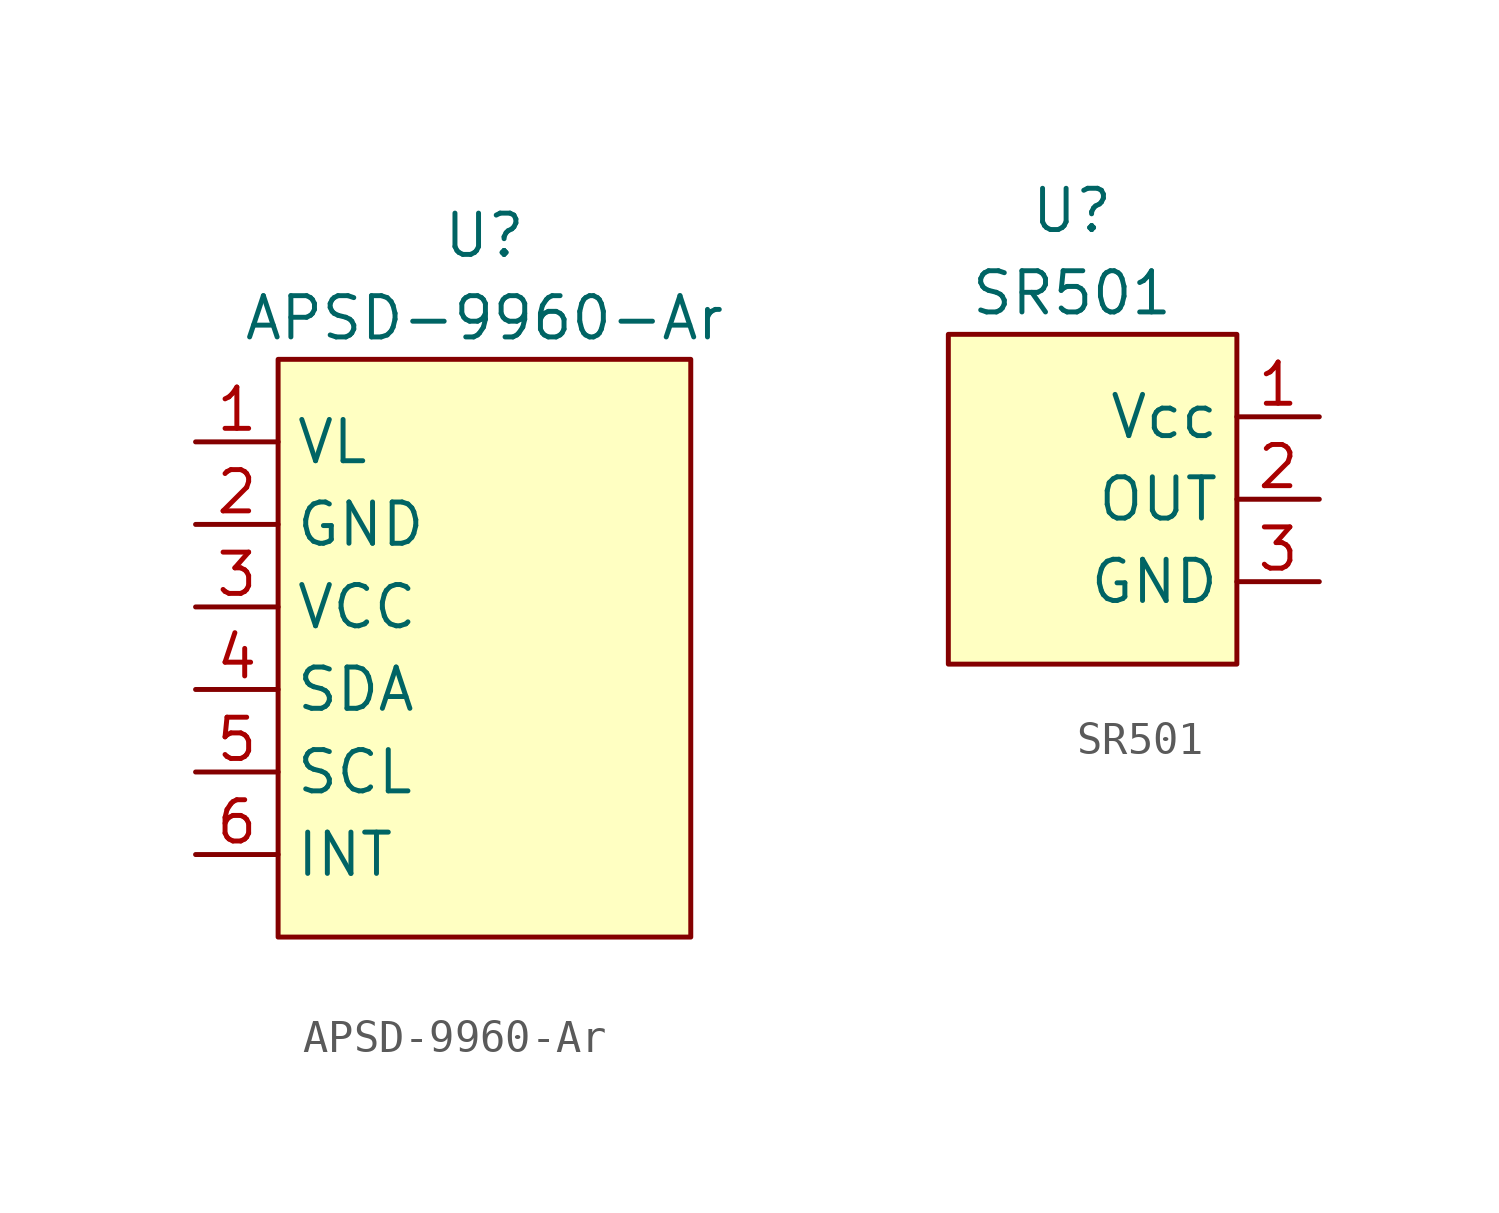
<source format=kicad_sym>
(kicad_symbol_lib
  (version 20211014)
  (generator kicad_symbol_editor)
  (symbol "APSD-9960-Ar"
    (property "Reference" "U"
      (at 0 0 0)
      (effects (font (size 1.27 1.27))))
    (property "Value" "APSD-9960-Ar"
      (at 0 -2.54 0)
      (effects (font (size 1.27 1.27))))
    (symbol "APSD-9960-Ar_0_1"
      (rectangle (start -6.35 -21.59) (end 6.35 -3.81) (stroke (width 0) (type default) (color 0 0 0 0)) (fill (type background))))
    (symbol "APSD-9960-Ar_1_1"
      (pin input line (at -8.89 -6.35 0) (length 2.54) (name "VL" (effects (font (size 1.27 1.27)))) (number "1" (effects (font (size 1.27 1.27)))))
      (pin input line (at -8.89 -8.89 0) (length 2.54) (name "GND" (effects (font (size 1.27 1.27)))) (number "2" (effects (font (size 1.27 1.27)))))
      (pin input line (at -8.89 -11.43 0) (length 2.54) (name "VCC" (effects (font (size 1.27 1.27)))) (number "3" (effects (font (size 1.27 1.27)))))
      (pin input line (at -8.89 -13.97 0) (length 2.54) (name "SDA" (effects (font (size 1.27 1.27)))) (number "4" (effects (font (size 1.27 1.27)))))
      (pin input line (at -8.89 -16.51 0) (length 2.54) (name "SCL" (effects (font (size 1.27 1.27)))) (number "5" (effects (font (size 1.27 1.27)))))
      (pin input line (at -8.89 -19.05 0) (length 2.54) (name "INT" (effects (font (size 1.27 1.27)))) (number "6" (effects (font (size 1.27 1.27)))))))
  (symbol "SR501"
    (property "Reference" "U"
      (at 0 3.81 0)
      (effects (font (size 1.27 1.27))))
    (property "Value" "SR501"
      (at 0 1.27 0)
      (effects (font (size 1.27 1.27))))
    (symbol "SR501_0_1"
      (rectangle (start 5.08 -10.16) (end -3.81 0) (stroke (width 0) (type default) (color 0 0 0 0)) (fill (type background))))
    (symbol "SR501_1_1"
      (pin input line (at 7.62 -2.54 180) (length 2.54) (name "Vcc" (effects (font (size 1.27 1.27)))) (number "1" (effects (font (size 1.27 1.27)))))
      (pin input line (at 7.62 -5.08 180) (length 2.54) (name "OUT" (effects (font (size 1.27 1.27)))) (number "2" (effects (font (size 1.27 1.27)))))
      (pin input line (at 7.62 -7.62 180) (length 2.54) (name "GND" (effects (font (size 1.27 1.27)))) (number "3" (effects (font (size 1.27 1.27))))))))
</source>
